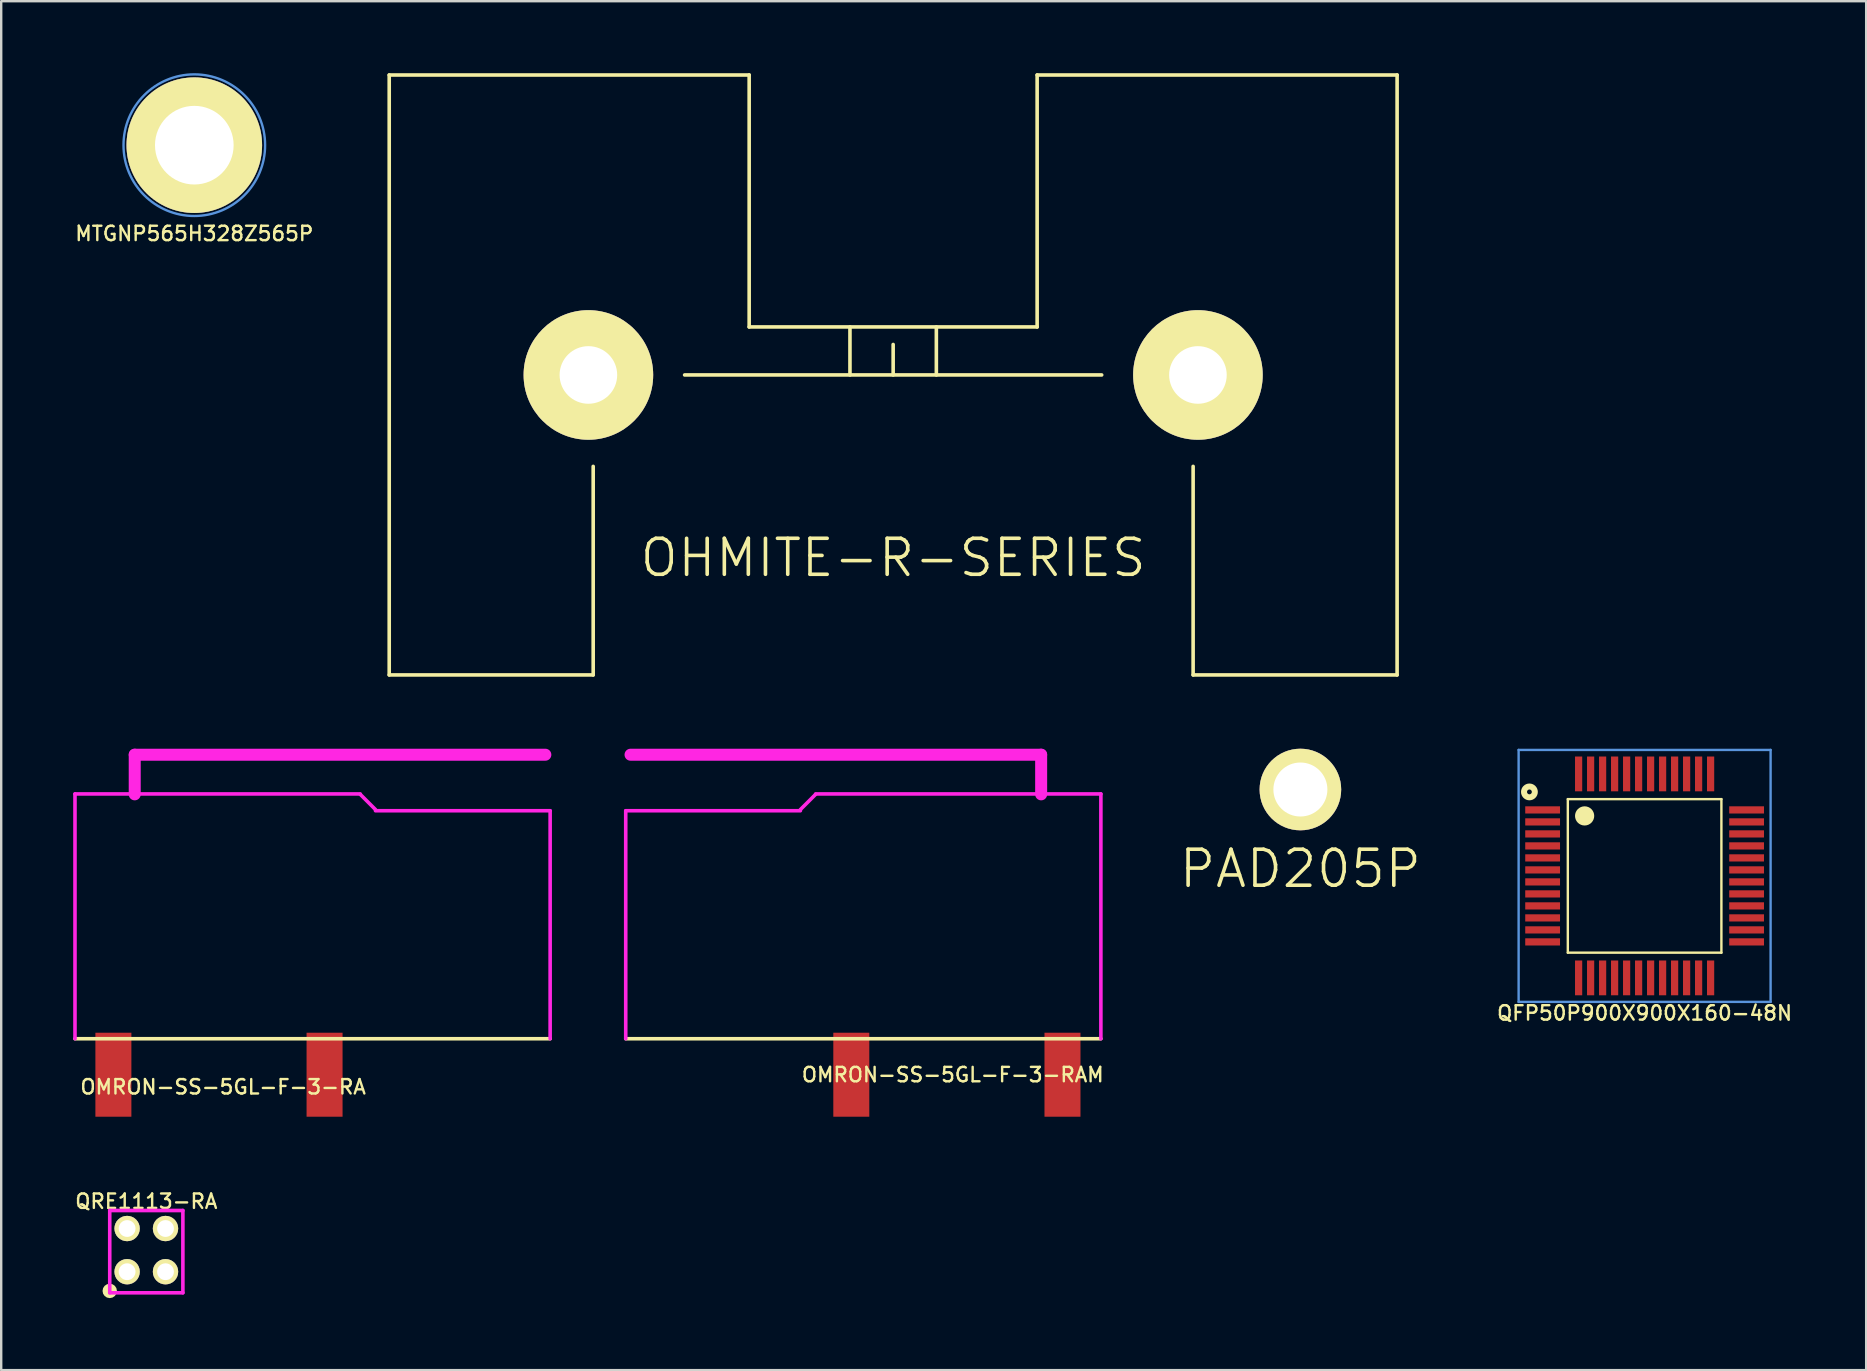
<source format=kicad_pcb>
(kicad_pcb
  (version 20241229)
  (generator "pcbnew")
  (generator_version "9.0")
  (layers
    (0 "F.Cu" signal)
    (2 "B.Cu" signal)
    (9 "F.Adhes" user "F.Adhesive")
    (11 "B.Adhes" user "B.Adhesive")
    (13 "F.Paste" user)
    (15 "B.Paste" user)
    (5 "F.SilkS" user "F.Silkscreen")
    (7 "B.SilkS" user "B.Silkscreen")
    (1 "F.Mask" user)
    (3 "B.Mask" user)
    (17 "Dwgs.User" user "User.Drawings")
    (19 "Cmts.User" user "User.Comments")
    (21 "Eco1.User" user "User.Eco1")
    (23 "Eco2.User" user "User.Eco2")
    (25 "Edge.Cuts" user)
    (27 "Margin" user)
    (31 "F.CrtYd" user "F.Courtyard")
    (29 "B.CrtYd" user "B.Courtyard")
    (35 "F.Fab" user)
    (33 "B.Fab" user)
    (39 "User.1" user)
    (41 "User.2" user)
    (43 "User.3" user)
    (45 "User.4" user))
  (footprint "PAD205P"
    (layer "F.Cu")
    (at 51.139 29.85)
    (property "Reference" "PAD205P" (at 0 3.302 0) (layer "F.SilkS") (effects (font (size 1.5 1.5) (thickness 0.15))))
    (attr through_hole)
    (pad "1" thru_hole circle (at 0 0) (size 3.4 3.4) (drill 2.25) (layers "*.Cu" "*.Mask" "F.SilkS")))
  (footprint "OMRON-SS-5GL-F-3-RA"
    (layer "F.Cu")
    (at 1.675 41.735)
    (property "Reference" "OMRON-SS-5GL-F-3-RA" (at 4.572 0.508 0) (layer "F.SilkS") (effects (font (size 0.6 0.6) (thickness 0.1))))
    (attr through_hole)
    (fp_line (start -1.6 -1.5) (end 18.2 -1.5) (stroke (width 0.15) (type solid)) (layer "F.SilkS"))
    (fp_line (start -1.6 -11.7) (end -1.6 -1.5) (stroke (width 0.15) (type solid)) (layer "F.CrtYd"))
    (fp_line (start 0.889 -13.335) (end 18 -13.335) (stroke (width 0.5) (type solid)) (layer "F.CrtYd"))
    (fp_line (start 0.889 -11.684) (end 0.889 -13.335) (stroke (width 0.5) (type solid)) (layer "F.CrtYd"))
    (fp_line (start 10.287 -11.7) (end -1.6 -11.7) (stroke (width 0.15) (type solid)) (layer "F.CrtYd"))
    (fp_line (start 10.922 -11.049) (end 10.287 -11.684) (stroke (width 0.15) (type solid)) (layer "F.CrtYd"))
    (fp_line (start 18.2 -11) (end 10.922 -11) (stroke (width 0.15) (type solid)) (layer "F.CrtYd"))
    (fp_line (start 18.2 -1.5) (end 18.2 -11) (stroke (width 0.15) (type solid)) (layer "F.CrtYd"))
    (pad "1" smd rect (at 0 0) (size 1.5 3.5) (layers "F.Cu" "F.Mask" "F.Paste"))
    (pad "2" smd rect (at 8.8 0) (size 1.5 3.5) (layers "F.Cu" "F.Mask" "F.Paste")))
  (footprint "QRE1113-RA"
    (layer "F.Cu")
    (at 3.047 49.044)
    (property "Reference" "QRE1113-RA" (at 0 -2.032 0) (layer "F.SilkS") (effects (font (size 0.6 0.6) (thickness 0.1))))
    (attr through_hole)
    (fp_circle (center -1.524 1.7) (end -1.524 1.85) (stroke (width 0.3) (type solid)) (fill no) (layer "F.SilkS"))
    (fp_line (start -1.524 -1.651) (end -1.524 1.778) (stroke (width 0.15) (type solid)) (layer "F.CrtYd"))
    (fp_line (start -1.524 1.778) (end 1.524 1.778) (stroke (width 0.15) (type solid)) (layer "F.CrtYd"))
    (fp_line (start 1.524 -1.651) (end -1.524 -1.651) (stroke (width 0.15) (type solid)) (layer "F.CrtYd"))
    (fp_line (start 1.524 1.778) (end 1.524 -1.651) (stroke (width 0.15) (type solid)) (layer "F.CrtYd"))
    (pad "1" thru_hole circle (at -0.8 0.9) (size 1.056 1.056) (drill 0.7) (layers "*.Cu" "*.Mask" "F.SilkS"))
    (pad "2" thru_hole circle (at 0.8 0.9) (size 1.056 1.056) (drill 0.7) (layers "*.Cu" "*.Mask" "F.SilkS"))
    (pad "3" thru_hole circle (at 0.8 -0.9) (size 1.056 1.056) (drill 0.7) (layers "*.Cu" "*.Mask" "F.SilkS"))
    (pad "4" thru_hole circle (at -0.8 -0.9) (size 1.056 1.056) (drill 0.7) (layers "*.Cu" "*.Mask" "F.SilkS")))
  (footprint "OMRON-SS-5GL-F-3-RAM"
    (layer "F.Cu")
    (at 41.225 41.735)
    (property "Reference" "OMRON-SS-5GL-F-3-RAM" (at -4.572 0 0) (layer "F.SilkS") (effects (font (size 0.6 0.6) (thickness 0.1))))
    (attr through_hole)
    (fp_line (start 1.6 -1.5) (end -18.2 -1.5) (stroke (width 0.15) (type solid)) (layer "F.SilkS"))
    (fp_line (start -18.2 -11) (end -10.922 -11) (stroke (width 0.15) (type solid)) (layer "F.CrtYd"))
    (fp_line (start -18.2 -1.5) (end -18.2 -11) (stroke (width 0.15) (type solid)) (layer "F.CrtYd"))
    (fp_line (start -10.922 -11.049) (end -10.287 -11.684) (stroke (width 0.15) (type solid)) (layer "F.CrtYd"))
    (fp_line (start -10.287 -11.7) (end 1.6 -11.7) (stroke (width 0.15) (type solid)) (layer "F.CrtYd"))
    (fp_line (start -0.889 -13.335) (end -18 -13.335) (stroke (width 0.5) (type solid)) (layer "F.CrtYd"))
    (fp_line (start -0.889 -11.684) (end -0.889 -13.335) (stroke (width 0.5) (type solid)) (layer "F.CrtYd"))
    (fp_line (start 1.6 -11.7) (end 1.6 -1.5) (stroke (width 0.15) (type solid)) (layer "F.CrtYd"))
    (pad "1" smd rect (at 0 0) (size 1.5 3.5) (layers "F.Cu" "F.Mask" "F.Paste"))
    (pad "2" smd rect (at -8.8 0) (size 1.5 3.5) (layers "F.Cu" "F.Mask" "F.Paste")))
  (footprint "MTGNP565H328Z565P"
    (layer "F.Cu")
    (at 5.047 3)
    (property "Reference" "MTGNP565H328Z565P" (at 0 3.683 0) (layer "F.SilkS") (effects (font (size 0.6 0.6) (thickness 0.1))))
    (attr through_hole)
    (fp_circle (center 0 0) (end 2.95 0) (stroke (width 0.1) (type solid)) (fill no) (layer "Cmts.User"))
    (pad "" thru_hole circle (at 0 0) (size 5.65 5.65) (drill 3.277) (layers "*.Cu" "*.Mask" "F.SilkS")))
  (footprint "QFP50P900X900X160-48N"
    (layer "F.Cu")
    (at 65.483 33.45)
    (property "Reference" "QFP50P900X900X160-48N" (at 0 5.715 0) (layer "F.SilkS") (effects (font (size 0.6 0.6) (thickness 0.1))))
    (attr through_hole)
    (fp_line (start -3.2 -3.2) (end 3.2 -3.2) (stroke (width 0.1) (type solid)) (layer "F.SilkS"))
    (fp_line (start -3.2 3.2) (end -3.2 -3.2) (stroke (width 0.1) (type solid)) (layer "F.SilkS"))
    (fp_line (start 3.2 -3.2) (end 3.2 3.2) (stroke (width 0.1) (type solid)) (layer "F.SilkS"))
    (fp_line (start 3.2 3.2) (end -3.2 3.2) (stroke (width 0.1) (type solid)) (layer "F.SilkS"))
    (fp_circle (center -4.8 -3.5) (end -4.7 -3.5) (stroke (width 0.25) (type solid)) (fill no) (layer "F.SilkS"))
    (fp_circle (center -2.5 -2.5) (end -2.3 -2.5) (stroke (width 0.4) (type solid)) (fill no) (layer "F.SilkS"))
    (fp_line (start -5.25 -5.25) (end 5.25 -5.25) (stroke (width 0.1) (type solid)) (layer "Cmts.User"))
    (fp_line (start -5.25 5.25) (end -5.25 -5.25) (stroke (width 0.1) (type solid)) (layer "Cmts.User"))
    (fp_line (start 5.25 -5.25) (end 5.25 5.25) (stroke (width 0.1) (type solid)) (layer "Cmts.User"))
    (fp_line (start 5.25 5.25) (end -5.25 5.25) (stroke (width 0.1) (type solid)) (layer "Cmts.User"))
    (pad "1" smd rect (at -4.25 -2.75) (size 1.45 0.3) (layers "F.Cu" "F.Mask" "F.Paste"))
    (pad "2" smd rect (at -4.25 -2.25) (size 1.45 0.3) (layers "F.Cu" "F.Mask" "F.Paste"))
    (pad "3" smd rect (at -4.25 -1.75) (size 1.45 0.3) (layers "F.Cu" "F.Mask" "F.Paste"))
    (pad "4" smd rect (at -4.25 -1.25) (size 1.45 0.3) (layers "F.Cu" "F.Mask" "F.Paste"))
    (pad "5" smd rect (at -4.25 -0.75) (size 1.45 0.3) (layers "F.Cu" "F.Mask" "F.Paste"))
    (pad "6" smd rect (at -4.25 -0.25) (size 1.45 0.3) (layers "F.Cu" "F.Mask" "F.Paste"))
    (pad "7" smd rect (at -4.25 0.25) (size 1.45 0.3) (layers "F.Cu" "F.Mask" "F.Paste"))
    (pad "8" smd rect (at -4.25 0.75) (size 1.45 0.3) (layers "F.Cu" "F.Mask" "F.Paste"))
    (pad "9" smd rect (at -4.25 1.25) (size 1.45 0.3) (layers "F.Cu" "F.Mask" "F.Paste"))
    (pad "10" smd rect (at -4.25 1.75) (size 1.45 0.3) (layers "F.Cu" "F.Mask" "F.Paste"))
    (pad "11" smd rect (at -4.25 2.25) (size 1.45 0.3) (layers "F.Cu" "F.Mask" "F.Paste"))
    (pad "12" smd rect (at -4.25 2.75) (size 1.45 0.3) (layers "F.Cu" "F.Mask" "F.Paste"))
    (pad "13" smd rect (at -2.75 4.25) (size 0.3 1.45) (layers "F.Cu" "F.Mask" "F.Paste"))
    (pad "14" smd rect (at -2.25 4.25) (size 0.3 1.45) (layers "F.Cu" "F.Mask" "F.Paste"))
    (pad "15" smd rect (at -1.75 4.25) (size 0.3 1.45) (layers "F.Cu" "F.Mask" "F.Paste"))
    (pad "16" smd rect (at -1.25 4.25) (size 0.3 1.45) (layers "F.Cu" "F.Mask" "F.Paste"))
    (pad "17" smd rect (at -0.75 4.25) (size 0.3 1.45) (layers "F.Cu" "F.Mask" "F.Paste"))
    (pad "18" smd rect (at -0.25 4.25) (size 0.3 1.45) (layers "F.Cu" "F.Mask" "F.Paste"))
    (pad "19" smd rect (at 0.25 4.25) (size 0.3 1.45) (layers "F.Cu" "F.Mask" "F.Paste"))
    (pad "20" smd rect (at 0.75 4.25) (size 0.3 1.45) (layers "F.Cu" "F.Mask" "F.Paste"))
    (pad "21" smd rect (at 1.25 4.25) (size 0.3 1.45) (layers "F.Cu" "F.Mask" "F.Paste"))
    (pad "22" smd rect (at 1.75 4.25) (size 0.3 1.45) (layers "F.Cu" "F.Mask" "F.Paste"))
    (pad "23" smd rect (at 2.25 4.25) (size 0.3 1.45) (layers "F.Cu" "F.Mask" "F.Paste"))
    (pad "24" smd rect (at 2.75 4.25) (size 0.3 1.45) (layers "F.Cu" "F.Mask" "F.Paste"))
    (pad "25" smd rect (at 4.25 2.75) (size 1.45 0.3) (layers "F.Cu" "F.Mask" "F.Paste"))
    (pad "26" smd rect (at 4.25 2.25) (size 1.45 0.3) (layers "F.Cu" "F.Mask" "F.Paste"))
    (pad "27" smd rect (at 4.25 1.75) (size 1.45 0.3) (layers "F.Cu" "F.Mask" "F.Paste"))
    (pad "28" smd rect (at 4.25 1.25) (size 1.45 0.3) (layers "F.Cu" "F.Mask" "F.Paste"))
    (pad "29" smd rect (at 4.25 0.75) (size 1.45 0.3) (layers "F.Cu" "F.Mask" "F.Paste"))
    (pad "30" smd rect (at 4.25 0.25) (size 1.45 0.3) (layers "F.Cu" "F.Mask" "F.Paste"))
    (pad "31" smd rect (at 4.25 -0.25) (size 1.45 0.3) (layers "F.Cu" "F.Mask" "F.Paste"))
    (pad "32" smd rect (at 4.25 -0.75) (size 1.45 0.3) (layers "F.Cu" "F.Mask" "F.Paste"))
    (pad "33" smd rect (at 4.25 -1.25) (size 1.45 0.3) (layers "F.Cu" "F.Mask" "F.Paste"))
    (pad "34" smd rect (at 4.25 -1.75) (size 1.45 0.3) (layers "F.Cu" "F.Mask" "F.Paste"))
    (pad "35" smd rect (at 4.25 -2.25) (size 1.45 0.3) (layers "F.Cu" "F.Mask" "F.Paste"))
    (pad "36" smd rect (at 4.25 -2.75) (size 1.45 0.3) (layers "F.Cu" "F.Mask" "F.Paste"))
    (pad "37" smd rect (at 2.75 -4.25) (size 0.3 1.45) (layers "F.Cu" "F.Mask" "F.Paste"))
    (pad "38" smd rect (at 2.25 -4.25) (size 0.3 1.45) (layers "F.Cu" "F.Mask" "F.Paste"))
    (pad "39" smd rect (at 1.75 -4.25) (size 0.3 1.45) (layers "F.Cu" "F.Mask" "F.Paste"))
    (pad "40" smd rect (at 1.25 -4.25) (size 0.3 1.45) (layers "F.Cu" "F.Mask" "F.Paste"))
    (pad "41" smd rect (at 0.75 -4.25) (size 0.3 1.45) (layers "F.Cu" "F.Mask" "F.Paste"))
    (pad "42" smd rect (at 0.25 -4.25) (size 0.3 1.45) (layers "F.Cu" "F.Mask" "F.Paste"))
    (pad "43" smd rect (at -0.25 -4.25) (size 0.3 1.45) (layers "F.Cu" "F.Mask" "F.Paste"))
    (pad "44" smd rect (at -0.75 -4.25) (size 0.3 1.45) (layers "F.Cu" "F.Mask" "F.Paste"))
    (pad "45" smd rect (at -1.25 -4.25) (size 0.3 1.45) (layers "F.Cu" "F.Mask" "F.Paste"))
    (pad "46" smd rect (at -1.75 -4.25) (size 0.3 1.45) (layers "F.Cu" "F.Mask" "F.Paste"))
    (pad "47" smd rect (at -2.25 -4.25) (size 0.3 1.45) (layers "F.Cu" "F.Mask" "F.Paste"))
    (pad "48" smd rect (at -2.75 -4.25) (size 0.3 1.45) (layers "F.Cu" "F.Mask" "F.Paste")))
  (footprint "OHMITE-R-SERIES"
    (layer "F.Cu")
    (at 34.169 12.575)
    (property "Reference" "OHMITE-R-SERIES" (at 0 7.62 0) (layer "F.SilkS") (effects (font (size 1.5 1.5) (thickness 0.15))))
    (attr through_hole)
    (fp_line (start -21 -12.5) (end -21 12.5) (stroke (width 0.15) (type solid)) (layer "F.SilkS"))
    (fp_line (start -21 12.5) (end -12.5 12.5) (stroke (width 0.15) (type solid)) (layer "F.SilkS"))
    (fp_line (start -12.5 12.5) (end -12.5 3.81) (stroke (width 0.15) (type solid)) (layer "F.SilkS"))
    (fp_line (start -8.69 0) (end 8.69 0) (stroke (width 0.15) (type solid)) (layer "F.SilkS"))
    (fp_line (start -6 -12.5) (end -21 -12.5) (stroke (width 0.15) (type solid)) (layer "F.SilkS"))
    (fp_line (start -6 -2) (end -6 -12.5) (stroke (width 0.15) (type solid)) (layer "F.SilkS"))
    (fp_line (start -1.8 -2) (end -1.8 0) (stroke (width 0.15) (type solid)) (layer "F.SilkS"))
    (fp_line (start 0 0) (end 0 -1.27) (stroke (width 0.15) (type solid)) (layer "F.SilkS"))
    (fp_line (start 1.8 -2) (end 1.8 0) (stroke (width 0.15) (type solid)) (layer "F.SilkS"))
    (fp_line (start 6 -12.5) (end 6 -2) (stroke (width 0.15) (type solid)) (layer "F.SilkS"))
    (fp_line (start 6 -2) (end -6 -2) (stroke (width 0.15) (type solid)) (layer "F.SilkS"))
    (fp_line (start 12.5 3.81) (end 12.5 12.5) (stroke (width 0.15) (type solid)) (layer "F.SilkS"))
    (fp_line (start 12.5 12.5) (end 21 12.5) (stroke (width 0.15) (type solid)) (layer "F.SilkS"))
    (fp_line (start 21 -12.5) (end 6 -12.5) (stroke (width 0.15) (type solid)) (layer "F.SilkS"))
    (fp_line (start 21 12.5) (end 21 -12.5) (stroke (width 0.15) (type solid)) (layer "F.SilkS"))
    (pad "1" thru_hole circle (at -12.7 0) (size 5.4 5.4) (drill 2.4) (layers "*.Cu" "*.Mask" "F.SilkS"))
    (pad "2" thru_hole circle (at 12.7 0) (size 5.4 5.4) (drill 2.4) (layers "*.Cu" "*.Mask" "F.SilkS")))
  (gr_rect
    (start -3 -3)
    (end 74.716 54.044)
    (stroke (width 0.1) (type default))
    (fill no)
    (layer "Edge.Cuts")))
</source>
